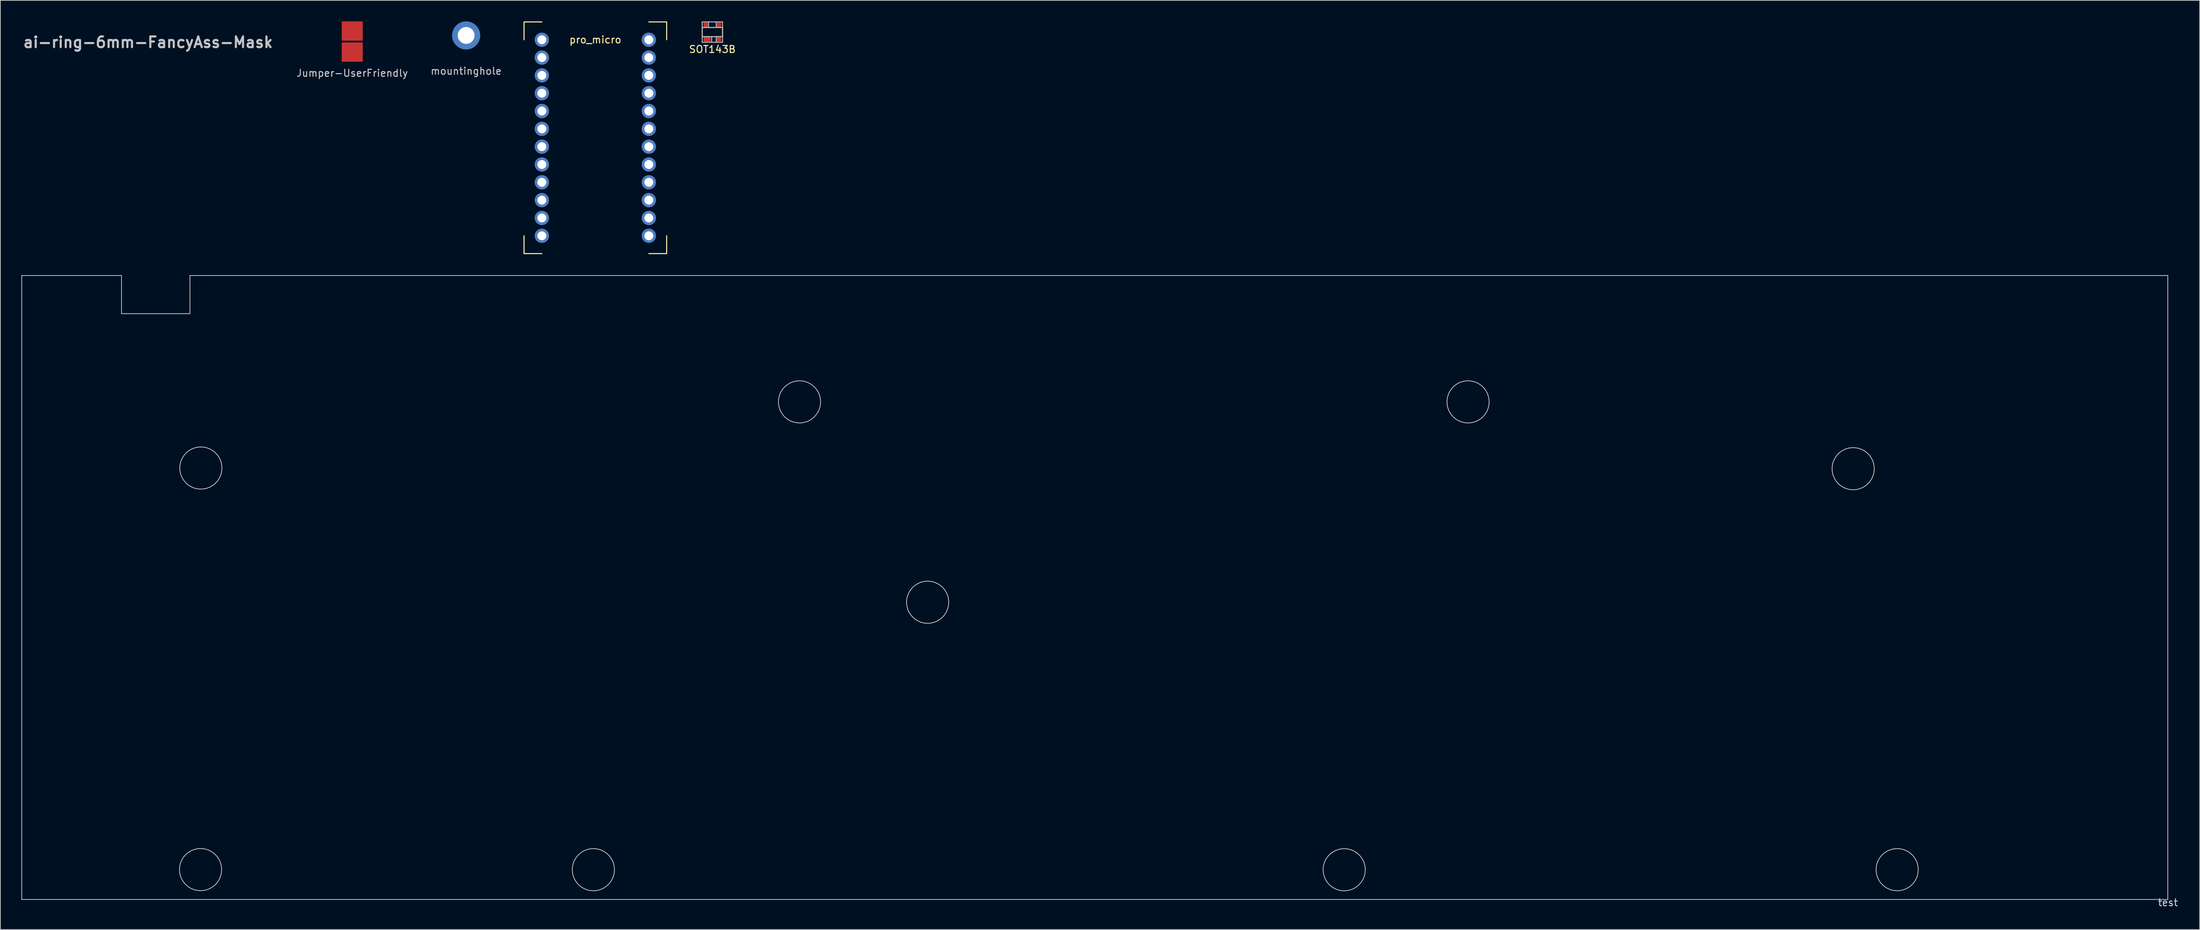
<source format=kicad_pcb>
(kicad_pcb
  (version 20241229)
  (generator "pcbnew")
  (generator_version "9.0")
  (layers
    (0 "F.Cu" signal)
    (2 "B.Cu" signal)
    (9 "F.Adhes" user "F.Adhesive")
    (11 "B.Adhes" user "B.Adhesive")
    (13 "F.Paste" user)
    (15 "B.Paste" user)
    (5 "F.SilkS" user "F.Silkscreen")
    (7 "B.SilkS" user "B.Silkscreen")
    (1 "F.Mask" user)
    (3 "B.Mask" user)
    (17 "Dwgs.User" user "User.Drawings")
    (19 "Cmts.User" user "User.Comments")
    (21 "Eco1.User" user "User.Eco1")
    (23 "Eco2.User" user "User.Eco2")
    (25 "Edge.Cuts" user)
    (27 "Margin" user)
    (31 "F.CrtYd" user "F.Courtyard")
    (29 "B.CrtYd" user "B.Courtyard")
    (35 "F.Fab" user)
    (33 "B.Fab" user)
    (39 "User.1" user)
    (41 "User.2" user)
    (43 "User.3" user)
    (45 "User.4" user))
  (footprint "pro_micro"
    (layer "F.Cu")
    (at 81.77 15.315)
    (property "Reference" "pro_micro" (at 0 -12.7 0) (layer "F.SilkS") (effects (font (size 1 1) (thickness 0.15))))
    (attr through_hole)
    (fp_line (start -10.16 -15.24) (end -10.16 -12.7) (stroke (width 0.15) (type solid)) (layer "F.SilkS"))
    (fp_line (start -10.16 15.24) (end -10.16 17.78) (stroke (width 0.15) (type solid)) (layer "F.SilkS"))
    (fp_line (start -10.16 17.78) (end -7.62 17.78) (stroke (width 0.15) (type solid)) (layer "F.SilkS"))
    (fp_line (start -7.62 -15.24) (end -10.16 -15.24) (stroke (width 0.15) (type solid)) (layer "F.SilkS"))
    (fp_line (start 7.62 -15.24) (end 10.16 -15.24) (stroke (width 0.15) (type solid)) (layer "F.SilkS"))
    (fp_line (start 7.62 17.78) (end 10.16 17.78) (stroke (width 0.15) (type solid)) (layer "F.SilkS"))
    (fp_line (start 10.16 -15.24) (end 10.16 -12.7) (stroke (width 0.15) (type solid)) (layer "F.SilkS"))
    (fp_line (start 10.16 17.78) (end 10.16 15.24) (stroke (width 0.15) (type solid)) (layer "F.SilkS"))
    (pad "1" thru_hole circle (at -7.62 -12.7) (size 2.032 2.032) (drill 1.27) (layers "*.Cu" "*.Mask"))
    (pad "2" thru_hole circle (at -7.62 -10.16) (size 2.032 2.032) (drill 1.27) (layers "*.Cu" "*.Mask"))
    (pad "3" thru_hole circle (at -7.62 -7.62) (size 2.032 2.032) (drill 1.27) (layers "*.Cu" "*.Mask"))
    (pad "4" thru_hole circle (at -7.62 -5.08) (size 2.032 2.032) (drill 1.27) (layers "*.Cu" "*.Mask"))
    (pad "5" thru_hole circle (at -7.62 -2.54) (size 2.032 2.032) (drill 1.27) (layers "*.Cu" "*.Mask"))
    (pad "6" thru_hole circle (at -7.62 0) (size 2.032 2.032) (drill 1.27) (layers "*.Cu" "*.Mask"))
    (pad "7" thru_hole circle (at -7.62 2.54) (size 2.032 2.032) (drill 1.27) (layers "*.Cu" "*.Mask"))
    (pad "8" thru_hole circle (at -7.62 5.08) (size 2.032 2.032) (drill 1.27) (layers "*.Cu" "*.Mask"))
    (pad "9" thru_hole circle (at -7.62 7.62) (size 2.032 2.032) (drill 1.27) (layers "*.Cu" "*.Mask"))
    (pad "10" thru_hole circle (at -7.62 10.16) (size 2.032 2.032) (drill 1.27) (layers "*.Cu" "*.Mask"))
    (pad "11" thru_hole circle (at -7.62 12.7) (size 2.032 2.032) (drill 1.27) (layers "*.Cu" "*.Mask"))
    (pad "12" thru_hole circle (at -7.62 15.24) (size 2.032 2.032) (drill 1.27) (layers "*.Cu" "*.Mask"))
    (pad "13" thru_hole circle (at 7.62 15.24) (size 2.032 2.032) (drill 1.27) (layers "*.Cu" "*.Mask"))
    (pad "14" thru_hole circle (at 7.62 12.7) (size 2.032 2.032) (drill 1.27) (layers "*.Cu" "*.Mask"))
    (pad "15" thru_hole circle (at 7.62 10.16) (size 2.032 2.032) (drill 1.27) (layers "*.Cu" "*.Mask"))
    (pad "16" thru_hole circle (at 7.62 7.62) (size 2.032 2.032) (drill 1.27) (layers "*.Cu" "*.Mask"))
    (pad "17" thru_hole circle (at 7.62 5.08) (size 2.032 2.032) (drill 1.27) (layers "*.Cu" "*.Mask"))
    (pad "18" thru_hole circle (at 7.62 2.54) (size 2.032 2.032) (drill 1.27) (layers "*.Cu" "*.Mask"))
    (pad "19" thru_hole circle (at 7.62 0) (size 2.032 2.032) (drill 1.27) (layers "*.Cu" "*.Mask"))
    (pad "20" thru_hole circle (at 7.62 -2.54) (size 2.032 2.032) (drill 1.27) (layers "*.Cu" "*.Mask"))
    (pad "21" thru_hole circle (at 7.62 -5.08) (size 2.032 2.032) (drill 1.27) (layers "*.Cu" "*.Mask"))
    (pad "22" thru_hole circle (at 7.62 -7.62) (size 2.032 2.032) (drill 1.27) (layers "*.Cu" "*.Mask"))
    (pad "23" thru_hole circle (at 7.62 -10.16) (size 2.032 2.032) (drill 1.27) (layers "*.Cu" "*.Mask"))
    (pad "24" thru_hole circle (at 7.62 -12.7) (size 2.032 2.032) (drill 1.27) (layers "*.Cu" "*.Mask")))
  (footprint "SOT143B"
    (layer "F.Cu")
    (at 98.44 1.525)
    (property "Reference" "SOT143B" (at 0 2.45 0) (layer "F.SilkS") (effects (font (size 1 1) (thickness 0.15))))
    (attr through_hole)
    (fp_line (start -1.45 -0.65) (end -1.45 0.65) (stroke (width 0.15) (type solid)) (layer "F.SilkS"))
    (fp_line (start -1.45 -0.65) (end 1.45 -0.65) (stroke (width 0.15) (type solid)) (layer "F.SilkS"))
    (fp_line (start -1.45 0.65) (end 1.45 0.65) (stroke (width 0.15) (type solid)) (layer "F.SilkS"))
    (fp_line (start 1.45 0.65) (end 1.45 -0.65) (stroke (width 0.15) (type solid)) (layer "F.SilkS"))
    (fp_line (start -1.45 -1.45) (end 1.45 -1.45) (stroke (width 0.15) (type solid)) (layer "F.Fab"))
    (fp_line (start -1.45 -0.65) (end 1.45 -0.65) (stroke (width 0.15) (type solid)) (layer "F.Fab"))
    (fp_line (start -1.45 1.45) (end -1.45 -1.45) (stroke (width 0.15) (type solid)) (layer "F.Fab"))
    (fp_line (start -0.55 -0.65) (end -0.55 -1.45) (stroke (width 0.15) (type solid)) (layer "F.Fab"))
    (fp_line (start -0.1 0.65) (end -0.1 1.45) (stroke (width 0.15) (type solid)) (layer "F.Fab"))
    (fp_line (start 0.55 -1.45) (end 0.55 -0.65) (stroke (width 0.15) (type solid)) (layer "F.Fab"))
    (fp_line (start 0.55 1.45) (end 0.55 0.65) (stroke (width 0.15) (type solid)) (layer "F.Fab"))
    (fp_line (start 1.45 -1.45) (end 1.45 1.45) (stroke (width 0.15) (type solid)) (layer "F.Fab"))
    (fp_line (start 1.45 0.65) (end -1.45 0.65) (stroke (width 0.15) (type solid)) (layer "F.Fab"))
    (fp_line (start 1.45 1.45) (end -1.45 1.45) (stroke (width 0.15) (type solid)) (layer "F.Fab"))
    (pad "1" smd rect (at -0.75 1) (size 1 0.7) (layers "F.Cu" "F.Mask" "F.Paste"))
    (pad "2" smd rect (at 0.95 1) (size 0.6 0.7) (layers "F.Cu" "F.Mask" "F.Paste"))
    (pad "3" smd rect (at 0.95 -1) (size 0.6 0.7) (layers "F.Cu" "F.Mask" "F.Paste"))
    (pad "4" smd rect (at -0.95 -1) (size 0.6 0.7) (layers "F.Cu" "F.Mask" "F.Paste")))
  (footprint "test"
    (layer "F.Cu")
    (at 305.812 125.084)
    (property "Reference" "test" (at 0 0.5 0) (layer "Dwgs.User") (effects (font (size 1 1) (thickness 0.15))))
    (attr through_hole)
    (fp_line (start -305.762 -88.864) (end -291.55 -88.864) (stroke (width 0.1) (type solid)) (layer "Edge.Cuts"))
    (fp_line (start -305.762 0.062) (end -305.762 -88.864) (stroke (width 0.1) (type solid)) (layer "Edge.Cuts"))
    (fp_line (start -291.55 -88.864) (end -291.55 -83.425) (stroke (width 0.1) (type solid)) (layer "Edge.Cuts"))
    (fp_line (start -291.55 -83.425) (end -281.8 -83.425) (stroke (width 0.1) (type solid)) (layer "Edge.Cuts"))
    (fp_line (start -281.8 -88.864) (end -0.013 -88.864) (stroke (width 0.1) (type solid)) (layer "Edge.Cuts"))
    (fp_line (start -281.8 -83.425) (end -281.8 -88.864) (stroke (width 0.1) (type solid)) (layer "Edge.Cuts"))
    (fp_line (start -0.013 -88.864) (end -0.013 0.062) (stroke (width 0.1) (type solid)) (layer "Edge.Cuts"))
    (fp_line (start -0.013 0.062) (end -305.762 0.062) (stroke (width 0.1) (type solid)) (layer "Edge.Cuts"))
    (fp_circle (center -280.29 -4.191) (end -277.29 -4.191) (stroke (width 0.1) (type solid)) (fill no) (layer "Edge.Cuts"))
    (fp_circle (center -280.246 -61.426) (end -277.246 -61.426) (stroke (width 0.1) (type solid)) (fill no) (layer "Edge.Cuts"))
    (fp_circle (center -224.324 -4.181) (end -221.324 -4.181) (stroke (width 0.1) (type solid)) (fill no) (layer "Edge.Cuts"))
    (fp_circle (center -194.956 -70.856) (end -191.956 -70.856) (stroke (width 0.1) (type solid)) (fill no) (layer "Edge.Cuts"))
    (fp_circle (center -176.7 -42.3) (end -173.7 -42.3) (stroke (width 0.1) (type solid)) (fill no) (layer "Edge.Cuts"))
    (fp_circle (center -117.352 -4.171) (end -114.352 -4.171) (stroke (width 0.1) (type solid)) (fill no) (layer "Edge.Cuts"))
    (fp_circle (center -99.706 -70.856) (end -96.706 -70.856) (stroke (width 0.1) (type solid)) (fill no) (layer "Edge.Cuts"))
    (fp_circle (center -44.84 -61.331) (end -41.84 -61.331) (stroke (width 0.1) (type solid)) (fill no) (layer "Edge.Cuts"))
    (fp_circle (center -38.57 -4.181) (end -35.57 -4.181) (stroke (width 0.1) (type solid)) (fill no) (layer "Edge.Cuts")))
  (footprint "ai-ring-6mm-FancyAss-Mask"
    (layer "F.Cu")
    (at 18.041 2.977)
    (property "Reference" "ai-ring-6mm-FancyAss-Mask" (at 0 0 0) (layer "Dwgs.User") (effects (font (size 1.524 1.524) (thickness 0.3))))
    (attr through_hole)
    (fp_poly (pts (xy -1 1.302) (xy -1.405 1.302) (xy -1.405 0.897) (xy -1 0.897) (xy -1 1.302)) (stroke (width 0.01) (type solid)) (fill yes) (layer "F.Mask"))
    (fp_poly (pts (xy -0.595 0.516) (xy -1 0.516) (xy -1 0.111) (xy -0.595 0.111) (xy -0.595 0.516)) (stroke (width 0.01) (type solid)) (fill yes) (layer "F.Mask"))
    (fp_poly (pts (xy -0.214 -0.294) (xy -0.595 -0.294) (xy -0.595 -0.675) (xy -0.214 -0.675) (xy -0.214 -0.294)) (stroke (width 0.01) (type solid)) (fill yes) (layer "F.Mask"))
    (fp_poly (pts (xy 0.191 -1.079) (xy -0.214 -1.079) (xy -0.214 -1.484) (xy 0.191 -1.484) (xy 0.191 -1.079)) (stroke (width 0.01) (type solid)) (fill yes) (layer "F.Mask"))
    (fp_poly (pts (xy 0.191 0.516) (xy -0.214 0.516) (xy -0.214 0.111) (xy 0.191 0.111) (xy 0.191 0.516)) (stroke (width 0.01) (type solid)) (fill yes) (layer "F.Mask"))
    (fp_poly (pts (xy 0.595 -0.294) (xy 0.191 -0.294) (xy 0.191 -0.675) (xy 0.595 -0.675) (xy 0.595 -0.294)) (stroke (width 0.01) (type solid)) (fill yes) (layer "F.Mask"))
    (fp_poly (pts (xy 0.976 0.516) (xy 0.595 0.516) (xy 0.595 0.111) (xy 0.976 0.111) (xy 0.976 0.516)) (stroke (width 0.01) (type solid)) (fill yes) (layer "F.Mask"))
    (fp_poly (pts (xy 1.381 1.302) (xy 0.976 1.302) (xy 0.976 0.897) (xy 1.381 0.897) (xy 1.381 1.302)) (stroke (width 0.01) (type solid)) (fill yes) (layer "F.Mask"))
    (fp_poly (pts (xy 0.004 -2.972) (xy 0.128 -2.971) (xy 0.24 -2.966) (xy 0.342 -2.959) (xy 0.439 -2.948) (xy 0.533 -2.933) (xy 0.628 -2.914) (xy 0.727 -2.89) (xy 0.773 -2.878) (xy 0.981 -2.812) (xy 1.183 -2.733) (xy 1.378 -2.64) (xy 1.565 -2.534) (xy 1.743 -2.414) (xy 1.895 -2.296) (xy 2.053 -2.156) (xy 2.2 -2.004) (xy 2.337 -1.843) (xy 2.461 -1.673) (xy 2.573 -1.496) (xy 2.673 -1.313) (xy 2.758 -1.124) (xy 2.829 -0.93) (xy 2.878 -0.762) (xy 2.911 -0.622) (xy 2.936 -0.49) (xy 2.955 -0.361) (xy 2.967 -0.229) (xy 2.973 -0.089) (xy 2.974 -0.064) (xy 2.971 0.155) (xy 2.953 0.37) (xy 2.92 0.581) (xy 2.87 0.788) (xy 2.806 0.993) (xy 2.742 1.156) (xy 2.714 1.222) (xy 2.689 1.276) (xy 2.668 1.323) (xy 2.646 1.366) (xy 2.623 1.408) (xy 2.597 1.455) (xy 2.568 1.504) (xy 2.449 1.69) (xy 2.318 1.865) (xy 2.177 2.028) (xy 2.025 2.18) (xy 1.861 2.321) (xy 1.687 2.451) (xy 1.504 2.568) (xy 1.451 2.599) (xy 1.405 2.625) (xy 1.363 2.648) (xy 1.32 2.669) (xy 1.273 2.691) (xy 1.218 2.715) (xy 1.156 2.742) (xy 1.06 2.781) (xy 0.972 2.814) (xy 0.884 2.843) (xy 0.793 2.869) (xy 0.71 2.889) (xy 0.546 2.925) (xy 0.389 2.951) (xy 0.235 2.967) (xy 0.079 2.974) (xy -0.012 2.975) (xy -0.063 2.974) (xy -0.111 2.974) (xy -0.153 2.973) (xy -0.186 2.972) (xy -0.206 2.971) (xy -0.206 2.971) (xy -0.423 2.947) (xy -0.635 2.908) (xy -0.844 2.854) (xy -1.047 2.786) (xy -1.244 2.704) (xy -1.435 2.608) (xy -1.618 2.499) (xy -1.769 2.394) (xy -1.942 2.255) (xy -2.102 2.107) (xy -2.251 1.949) (xy -2.386 1.782) (xy -2.509 1.605) (xy -2.618 1.42) (xy -2.714 1.227) (xy -2.797 1.025) (xy -2.865 0.816) (xy -2.878 0.773) (xy -2.904 0.671) (xy -2.925 0.575) (xy -2.942 0.48) (xy -2.955 0.385) (xy -2.964 0.285) (xy -2.969 0.178) (xy -2.972 0.06) (xy -2.972 0.004) (xy -2.971 -0.051) (xy -2.439 -0.051) (xy -2.439 0.029) (xy -2.437 0.108) (xy -2.434 0.184) (xy -2.43 0.25) (xy -2.426 0.286) (xy -2.394 0.483) (xy -2.347 0.675) (xy -2.286 0.86) (xy -2.21 1.039) (xy -2.12 1.212) (xy -2.017 1.377) (xy -1.899 1.534) (xy -1.767 1.684) (xy -1.745 1.707) (xy -1.611 1.834) (xy -1.465 1.952) (xy -1.31 2.059) (xy -1.15 2.153) (xy -1.104 2.177) (xy -1.03 2.213) (xy -0.964 2.243) (xy -0.904 2.269) (xy -0.844 2.292) (xy -0.779 2.313) (xy -0.714 2.333) (xy -0.525 2.383) (xy -0.339 2.417) (xy -0.156 2.437) (xy 0.028 2.442) (xy 0.212 2.432) (xy 0.278 2.425) (xy 0.465 2.396) (xy 0.645 2.354) (xy 0.819 2.299) (xy 0.991 2.229) (xy 1.088 2.183) (xy 1.259 2.089) (xy 1.418 1.986) (xy 1.567 1.871) (xy 1.706 1.745) (xy 1.836 1.606) (xy 1.959 1.454) (xy 2.067 1.298) (xy 2.092 1.257) (xy 2.121 1.205) (xy 2.153 1.145) (xy 2.185 1.082) (xy 2.216 1.019) (xy 2.244 0.959) (xy 2.267 0.907) (xy 2.281 0.873) (xy 2.344 0.682) (xy 2.391 0.489) (xy 2.423 0.295) (xy 2.439 0.102) (xy 2.44 -0.091) (xy 2.425 -0.283) (xy 2.394 -0.474) (xy 2.385 -0.52) (xy 2.351 -0.656) (xy 2.313 -0.782) (xy 2.268 -0.904) (xy 2.214 -1.027) (xy 2.177 -1.104) (xy 2.083 -1.273) (xy 1.976 -1.433) (xy 1.857 -1.585) (xy 1.726 -1.726) (xy 1.584 -1.857) (xy 1.433 -1.977) (xy 1.272 -2.084) (xy 1.103 -2.179) (xy 0.958 -2.247) (xy 0.787 -2.313) (xy 0.614 -2.365) (xy 0.439 -2.403) (xy 0.258 -2.427) (xy 0.071 -2.439) (xy 0.008 -2.439) (xy -0.19 -2.433) (xy -0.382 -2.412) (xy -0.568 -2.377) (xy -0.749 -2.327) (xy -0.926 -2.263) (xy -1.099 -2.182) (xy -1.27 -2.087) (xy -1.371 -2.023) (xy -1.51 -1.921) (xy -1.644 -1.807) (xy -1.772 -1.681) (xy -1.89 -1.546) (xy -1.999 -1.405) (xy -2.096 -1.257) (xy -2.179 -1.107) (xy -2.214 -1.034) (xy -2.276 -0.889) (xy -2.326 -0.75) (xy -2.366 -0.612) (xy -2.398 -0.471) (xy -2.421 -0.323) (xy -2.43 -0.254) (xy -2.435 -0.197) (xy -2.438 -0.128) (xy -2.439 -0.051) (xy -2.971 -0.051) (xy -2.97 -0.139) (xy -2.964 -0.27) (xy -2.954 -0.392) (xy -2.938 -0.509) (xy -2.916 -0.623) (xy -2.888 -0.739) (xy -2.853 -0.859) (xy -2.81 -0.988) (xy -2.795 -1.032) (xy -2.716 -1.227) (xy -2.623 -1.415) (xy -2.516 -1.597) (xy -2.395 -1.771) (xy -2.26 -1.939) (xy -2.111 -2.099) (xy -1.949 -2.252) (xy -1.842 -2.342) (xy -1.756 -2.407) (xy -1.659 -2.475) (xy -1.553 -2.542) (xy -1.443 -2.606) (xy -1.332 -2.666) (xy -1.224 -2.718) (xy -1.218 -2.721) (xy -1.148 -2.751) (xy -1.067 -2.782) (xy -0.979 -2.813) (xy -0.889 -2.843) (xy -0.8 -2.87) (xy -0.718 -2.893) (xy -0.686 -2.901) (xy -0.593 -2.922) (xy -0.504 -2.938) (xy -0.416 -2.951) (xy -0.325 -2.961) (xy -0.229 -2.967) (xy -0.125 -2.971) (xy -0.008 -2.972) (xy 0.004 -2.972)) (stroke (width 0.01) (type solid)) (fill yes) (layer "F.Mask")))
  (footprint "mountinghole"
    (layer "F.Cu")
    (at 63.362 2)
    (property "Reference" "mountinghole" (at 0 5.08 0) (layer "Dwgs.User") (effects (font (size 1 1) (thickness 0.15))))
    (attr through_hole)
    (pad "1" thru_hole circle (at 0 0) (size 4 4) (drill 2.4) (layers "*.Cu" "*.Mask")))
  (footprint "Jumper-UserFriendly"
    (layer "F.Cu")
    (at 47.136 2.874)
    (property "Reference" "Jumper-UserFriendly" (at 0 4.496 0) (layer "Dwgs.User") (effects (font (size 1 1) (thickness 0.15))))
    (attr through_hole)
    (pad "1" smd rect (at 0 -1.499) (size 3 2.75) (layers "F.Cu" "F.Mask"))
    (pad "2" smd rect (at 0 1.499) (size 3 2.75) (layers "F.Cu" "F.Mask")))
  (gr_rect
    (start -3 -3)
    (end 310.342 129.433)
    (stroke (width 0.1) (type default))
    (fill no)
    (layer "Edge.Cuts")))
</source>
